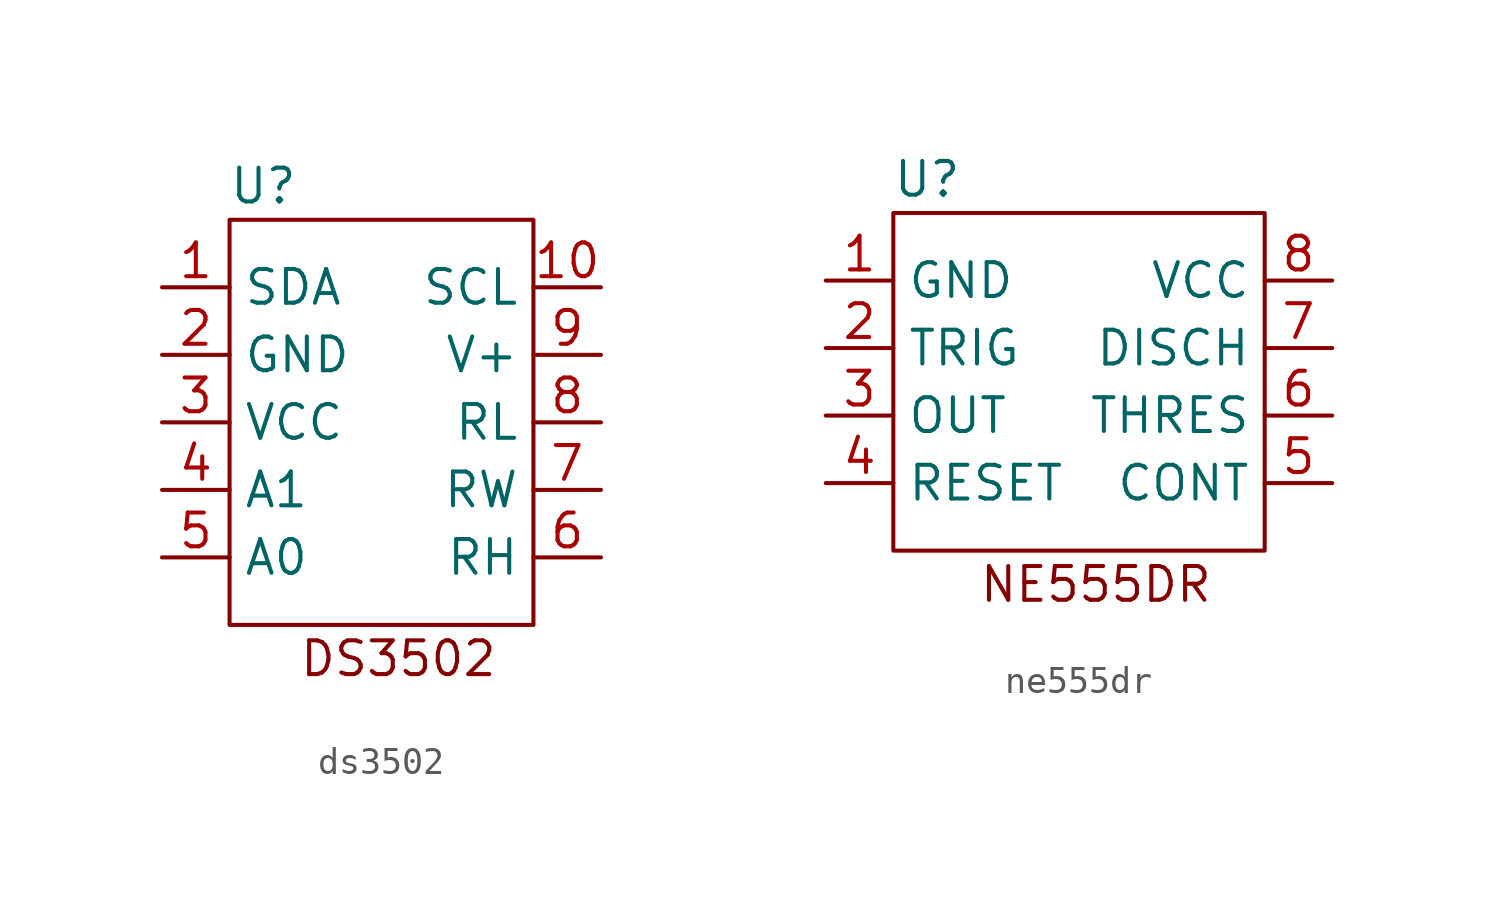
<source format=kicad_sym>
(kicad_symbol_lib
  (version 20220914)
  (generator kicad_symbol_editor)
  (symbol "ds3502"
    (property "Reference" "U"
      (at 0 0 0)
      (effects (font (size 1.27 1.27))))
    (property "Value" ""
      (at 0 0 0)
      (effects (font (size 1.27 1.27))))
    (symbol "ds3502_0_1"
      (rectangle (start -1.27 -1.27) (end 10.16 -16.51) (stroke (width 0) (type default)) (fill (type none))))
    (symbol "ds3502_1_1"
      (text "DS3502" (at 5.08 -17.78 0) (effects (font (size 1.27 1.27))))
      (pin bidirectional line (at -3.81 -3.81 0) (length 2.54) (name "SDA" (effects (font (size 1.27 1.27)))) (number "1" (effects (font (size 1.27 1.27)))))
      (pin input line (at 12.7 -3.81 180) (length 2.54) (name "SCL" (effects (font (size 1.27 1.27)))) (number "10" (effects (font (size 1.27 1.27)))))
      (pin power_in line (at -3.81 -6.35 0) (length 2.54) (name "GND" (effects (font (size 1.27 1.27)))) (number "2" (effects (font (size 1.27 1.27)))))
      (pin power_in line (at -3.81 -8.89 0) (length 2.54) (name "VCC" (effects (font (size 1.27 1.27)))) (number "3" (effects (font (size 1.27 1.27)))))
      (pin input line (at -3.81 -11.43 0) (length 2.54) (name "A1" (effects (font (size 1.27 1.27)))) (number "4" (effects (font (size 1.27 1.27)))))
      (pin input line (at -3.81 -13.97 0) (length 2.54) (name "A0" (effects (font (size 1.27 1.27)))) (number "5" (effects (font (size 1.27 1.27)))))
      (pin output line (at 12.7 -13.97 180) (length 2.54) (name "RH" (effects (font (size 1.27 1.27)))) (number "6" (effects (font (size 1.27 1.27)))))
      (pin output line (at 12.7 -11.43 180) (length 2.54) (name "RW" (effects (font (size 1.27 1.27)))) (number "7" (effects (font (size 1.27 1.27)))))
      (pin output line (at 12.7 -8.89 180) (length 2.54) (name "RL" (effects (font (size 1.27 1.27)))) (number "8" (effects (font (size 1.27 1.27)))))
      (pin input line (at 12.7 -6.35 180) (length 2.54) (name "V+" (effects (font (size 1.27 1.27)))) (number "9" (effects (font (size 1.27 1.27)))))))
  (symbol "ne555dr"
    (property "Reference" "U"
      (at 0 0 0)
      (effects (font (size 1.27 1.27))))
    (property "Value" ""
      (at 0 0 0)
      (effects (font (size 1.27 1.27))))
    (symbol "ne555dr_0_1"
      (rectangle (start -1.27 -1.27) (end 12.7 -13.97) (stroke (width 0) (type default)) (fill (type none))))
    (symbol "ne555dr_1_1"
      (text "NE555DR\n" (at 6.35 -15.24 0) (effects (font (size 1.27 1.27))))
      (pin power_in line (at -3.81 -3.81 0) (length 2.54) (name "GND" (effects (font (size 1.27 1.27)))) (number "1" (effects (font (size 1.27 1.27)))))
      (pin input line (at -3.81 -6.35 0) (length 2.54) (name "TRIG" (effects (font (size 1.27 1.27)))) (number "2" (effects (font (size 1.27 1.27)))))
      (pin output line (at -3.81 -8.89 0) (length 2.54) (name "OUT" (effects (font (size 1.27 1.27)))) (number "3" (effects (font (size 1.27 1.27)))))
      (pin input line (at -3.81 -11.43 0) (length 2.54) (name "RESET" (effects (font (size 1.27 1.27)))) (number "4" (effects (font (size 1.27 1.27)))))
      (pin bidirectional line (at 15.24 -11.43 180) (length 2.54) (name "CONT" (effects (font (size 1.27 1.27)))) (number "5" (effects (font (size 1.27 1.27)))))
      (pin input line (at 15.24 -8.89 180) (length 2.54) (name "THRES" (effects (font (size 1.27 1.27)))) (number "6" (effects (font (size 1.27 1.27)))))
      (pin output line (at 15.24 -6.35 180) (length 2.54) (name "DISCH" (effects (font (size 1.27 1.27)))) (number "7" (effects (font (size 1.27 1.27)))))
      (pin power_in line (at 15.24 -3.81 180) (length 2.54) (name "VCC" (effects (font (size 1.27 1.27)))) (number "8" (effects (font (size 1.27 1.27))))))))
</source>
